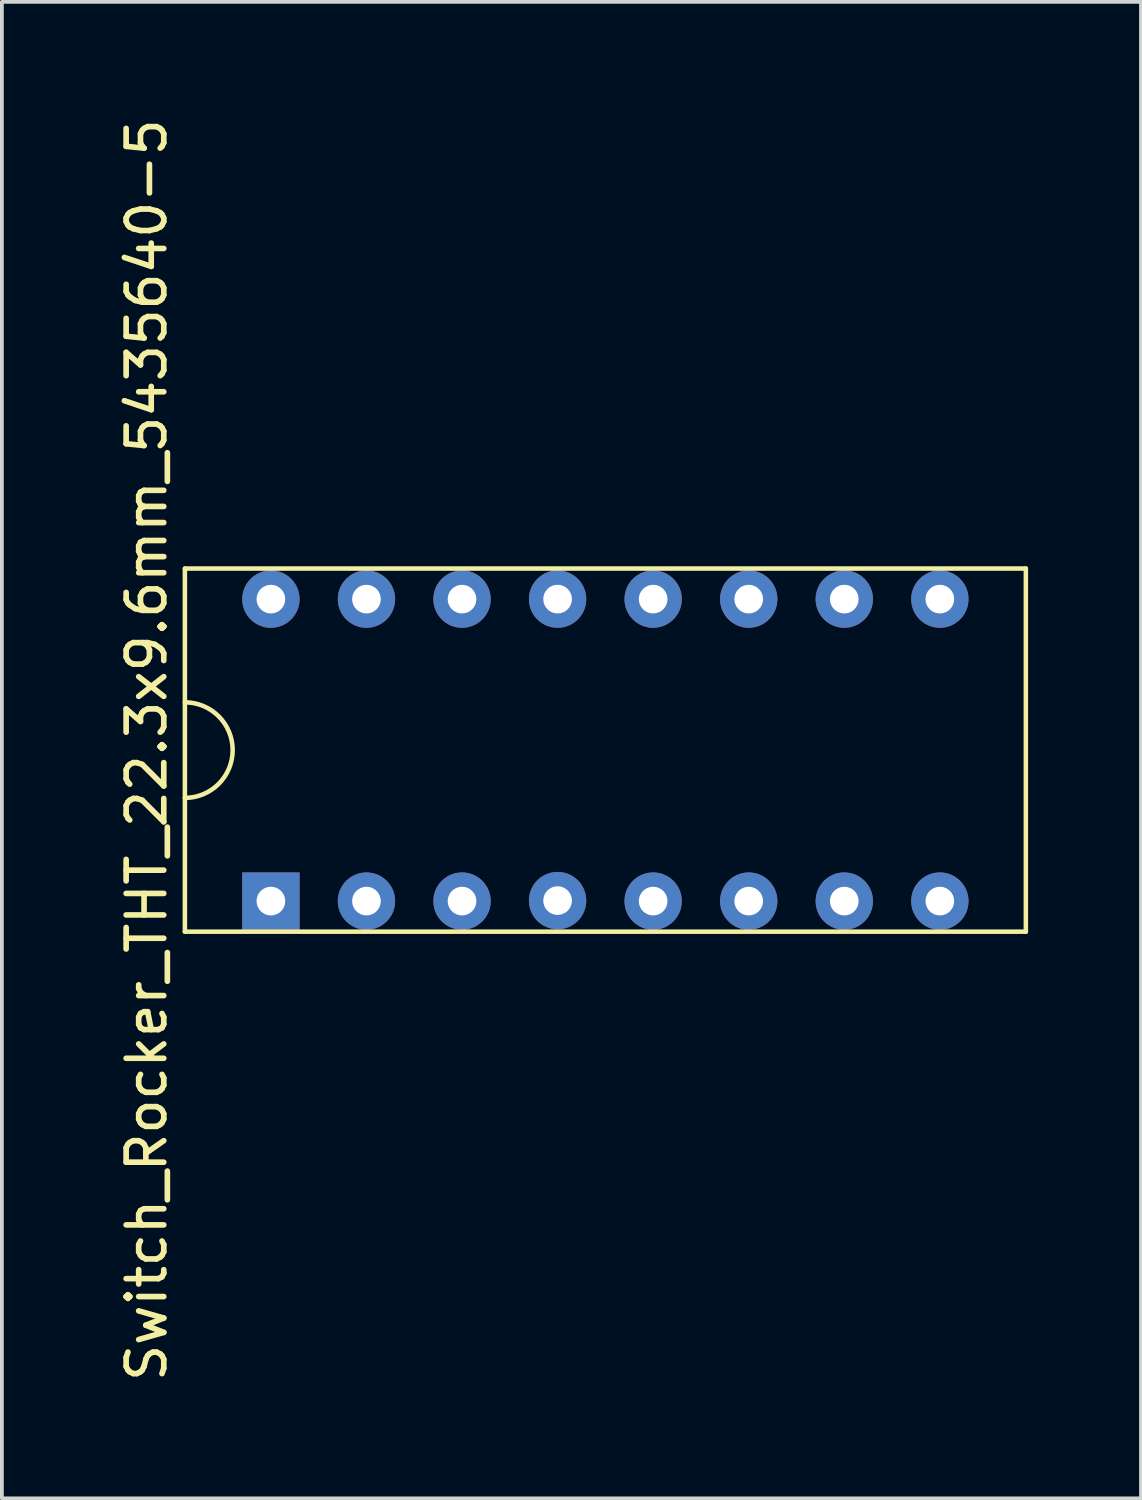
<source format=kicad_pcb>
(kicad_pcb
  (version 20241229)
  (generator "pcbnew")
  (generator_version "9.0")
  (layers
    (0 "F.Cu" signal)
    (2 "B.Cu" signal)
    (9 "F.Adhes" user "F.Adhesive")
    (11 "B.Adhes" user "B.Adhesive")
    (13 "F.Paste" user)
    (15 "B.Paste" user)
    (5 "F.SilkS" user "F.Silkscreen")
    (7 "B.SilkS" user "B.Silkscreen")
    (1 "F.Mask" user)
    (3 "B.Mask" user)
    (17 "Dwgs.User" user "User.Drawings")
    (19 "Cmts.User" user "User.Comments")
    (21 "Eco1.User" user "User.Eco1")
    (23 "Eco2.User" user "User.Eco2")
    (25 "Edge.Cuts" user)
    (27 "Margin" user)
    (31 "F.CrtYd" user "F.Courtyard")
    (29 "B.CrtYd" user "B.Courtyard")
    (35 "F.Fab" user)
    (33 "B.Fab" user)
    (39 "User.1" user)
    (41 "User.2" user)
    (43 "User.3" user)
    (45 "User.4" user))
  (footprint "Switch_Rocker_THT_22.3x9.6mm_5435640-5"
    (layer "F.Cu")
    (at 13.04 16.887)
    (property "Reference" "Switch_Rocker_THT_22.3x9.6mm_5435640-5" (at -12.192 0 270) (layer "F.SilkS") (effects (font (size 1 1) (thickness 0.15))))
    (attr through_hole)
    (fp_line (start -11.176 -4.826) (end -11.176 4.826) (stroke (width 0.12) (type solid)) (layer "F.SilkS"))
    (fp_line (start -11.176 -4.826) (end 11.176 -4.826) (stroke (width 0.12) (type solid)) (layer "F.SilkS"))
    (fp_line (start -11.176 4.826) (end 11.176 4.826) (stroke (width 0.12) (type solid)) (layer "F.SilkS"))
    (fp_line (start 11.176 -4.826) (end 11.176 4.826) (stroke (width 0.12) (type solid)) (layer "F.SilkS"))
    (fp_arc (start -11.176 -1.27) (mid -9.906 0) (end -11.176 1.27) (stroke (width 0.12) (type solid)) (layer "F.SilkS"))
    (pad "1" thru_hole rect (at -8.89 4.013) (size 1.524 1.524) (drill 0.762) (layers "*.Cu" "*.Mask"))
    (pad "2" thru_hole circle (at -6.35 4.013) (size 1.524 1.524) (drill 0.762) (layers "*.Cu" "*.Mask"))
    (pad "3" thru_hole circle (at -3.81 4.013) (size 1.524 1.524) (drill 0.762) (layers "*.Cu" "*.Mask"))
    (pad "4" thru_hole circle (at -1.27 4) (size 1.524 1.524) (drill 0.762) (layers "*.Cu" "*.Mask"))
    (pad "5" thru_hole circle (at 1.27 4.013) (size 1.524 1.524) (drill 0.762) (layers "*.Cu" "*.Mask"))
    (pad "6" thru_hole circle (at 3.81 4.013) (size 1.524 1.524) (drill 0.762) (layers "*.Cu" "*.Mask"))
    (pad "7" thru_hole circle (at 6.35 4.013) (size 1.524 1.524) (drill 0.762) (layers "*.Cu" "*.Mask"))
    (pad "8" thru_hole circle (at 8.89 4.013) (size 1.524 1.524) (drill 0.762) (layers "*.Cu" "*.Mask"))
    (pad "9" thru_hole circle (at 8.89 -4.013) (size 1.524 1.524) (drill 0.762) (layers "*.Cu" "*.Mask"))
    (pad "10" thru_hole circle (at 6.35 -4.013) (size 1.524 1.524) (drill 0.762) (layers "*.Cu" "*.Mask"))
    (pad "11" thru_hole circle (at 3.81 -4.013) (size 1.524 1.524) (drill 0.762) (layers "*.Cu" "*.Mask"))
    (pad "12" thru_hole circle (at 1.27 -4.013) (size 1.524 1.524) (drill 0.762) (layers "*.Cu" "*.Mask"))
    (pad "13" thru_hole circle (at -1.27 -4.013) (size 1.524 1.524) (drill 0.762) (layers "*.Cu" "*.Mask"))
    (pad "14" thru_hole circle (at -3.81 -4.013) (size 1.524 1.524) (drill 0.762) (layers "*.Cu" "*.Mask"))
    (pad "15" thru_hole circle (at -6.35 -4.013) (size 1.524 1.524) (drill 0.762) (layers "*.Cu" "*.Mask"))
    (pad "16" thru_hole circle (at -8.89 -4.013) (size 1.524 1.524) (drill 0.762) (layers "*.Cu" "*.Mask")))
  (gr_rect
    (start -3 -3)
    (end 27.276 36.774)
    (stroke (width 0.1) (type default))
    (fill no)
    (layer "Edge.Cuts")))
</source>
